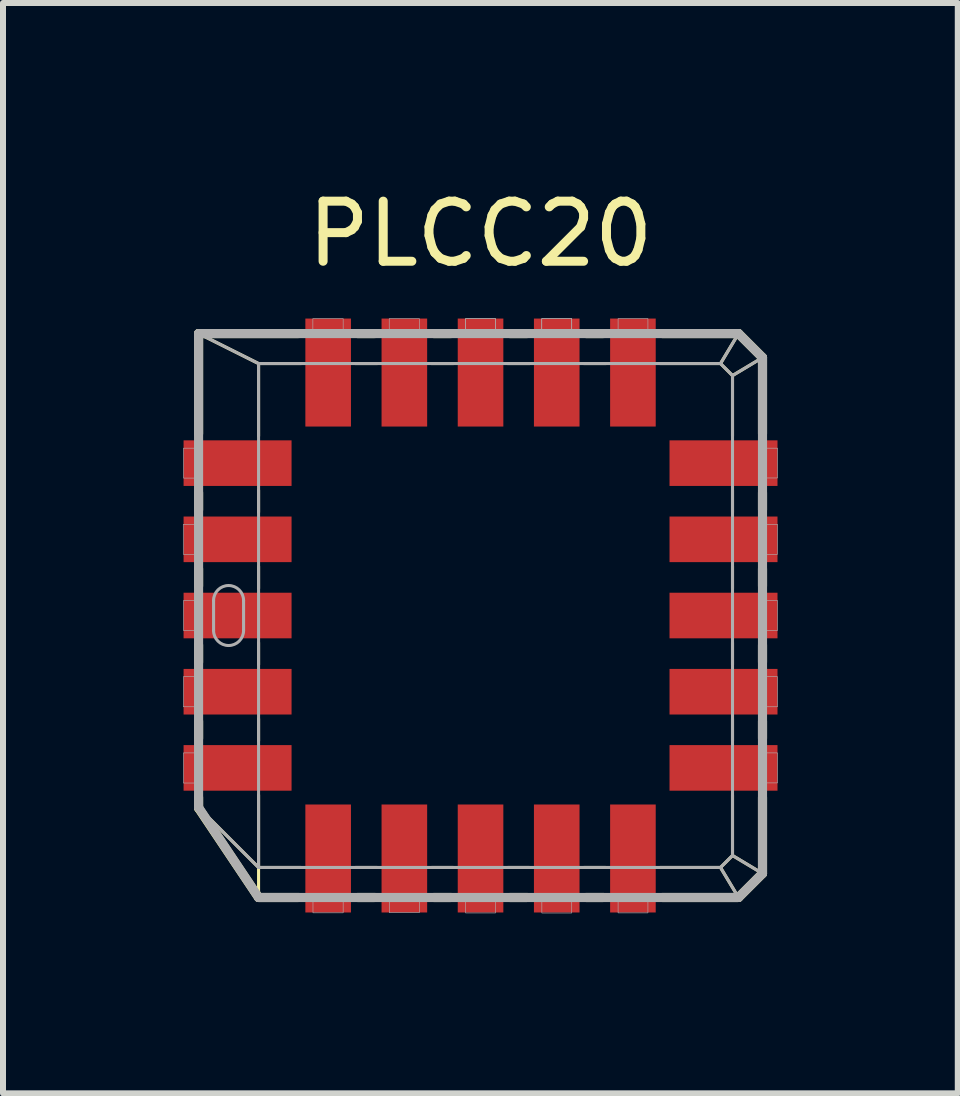
<source format=kicad_pcb>
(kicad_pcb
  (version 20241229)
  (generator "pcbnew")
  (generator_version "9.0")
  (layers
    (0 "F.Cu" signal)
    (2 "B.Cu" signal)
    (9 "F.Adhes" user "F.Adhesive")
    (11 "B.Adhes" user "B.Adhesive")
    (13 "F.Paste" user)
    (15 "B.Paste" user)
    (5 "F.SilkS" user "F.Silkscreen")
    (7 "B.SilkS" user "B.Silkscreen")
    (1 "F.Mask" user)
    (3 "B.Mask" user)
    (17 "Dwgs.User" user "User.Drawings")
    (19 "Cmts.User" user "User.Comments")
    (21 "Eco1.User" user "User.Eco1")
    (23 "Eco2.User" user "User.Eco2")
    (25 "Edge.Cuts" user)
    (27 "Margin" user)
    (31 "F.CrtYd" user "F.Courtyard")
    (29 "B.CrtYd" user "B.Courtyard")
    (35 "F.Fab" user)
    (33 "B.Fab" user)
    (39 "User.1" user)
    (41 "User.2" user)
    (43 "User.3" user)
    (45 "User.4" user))
  (footprint "PLCC20"
    (layer "F.Cu")
    (at 4.96 7.21)
    (property "Reference" "PLCC20" (at 0.000005 -6.361 0) (layer "F.SilkS") (effects (font (size 1.002 1.002) (thickness 0.15))))
    (attr smd)
    (fp_line (start -4.7 -4.7) (end -3.7 -4.2) (stroke (width 0.051) (type solid)) (layer "F.SilkS"))
    (fp_line (start -4.7 -4.7) (end -3.031 -4.7) (stroke (width 0.152) (type solid)) (layer "F.SilkS"))
    (fp_line (start -4.7 -3.031) (end -4.7 -4.7) (stroke (width 0.152) (type solid)) (layer "F.SilkS"))
    (fp_line (start -4.7 -1.761) (end -4.7 -2.049) (stroke (width 0.152) (type solid)) (layer "F.SilkS"))
    (fp_line (start -4.7 -0.491) (end -4.7 -0.779) (stroke (width 0.152) (type solid)) (layer "F.SilkS"))
    (fp_line (start -4.7 0.779) (end -4.7 0.491) (stroke (width 0.152) (type solid)) (layer "F.SilkS"))
    (fp_line (start -4.7 2.049) (end -4.7 1.761) (stroke (width 0.152) (type solid)) (layer "F.SilkS"))
    (fp_line (start -4.7 3.21) (end -4.7 3.031) (stroke (width 0.152) (type solid)) (layer "F.SilkS"))
    (fp_line (start -3.7 -4.2) (end -2.991 -4.2) (stroke (width 0.051) (type solid)) (layer "F.SilkS"))
    (fp_line (start -3.7 -2.991) (end -3.7 -4.2) (stroke (width 0.051) (type solid)) (layer "F.SilkS"))
    (fp_line (start -3.7 -1.721) (end -3.7 -2.089) (stroke (width 0.051) (type solid)) (layer "F.SilkS"))
    (fp_line (start -3.7 -0.451) (end -3.7 -0.819) (stroke (width 0.051) (type solid)) (layer "F.SilkS"))
    (fp_line (start -3.7 0.819) (end -3.7 0.451) (stroke (width 0.051) (type solid)) (layer "F.SilkS"))
    (fp_line (start -3.7 2.089) (end -3.7 1.721) (stroke (width 0.051) (type solid)) (layer "F.SilkS"))
    (fp_line (start -3.7 4.2) (end -4.69 3.21) (stroke (width 0.051) (type solid)) (layer "F.SilkS"))
    (fp_line (start -3.7 4.2) (end -3.7 2.991) (stroke (width 0.051) (type solid)) (layer "F.SilkS"))
    (fp_line (start -3.7 4.2) (end -3.7 4.69) (stroke (width 0.051) (type solid)) (layer "F.SilkS"))
    (fp_line (start -3.7 4.7) (end -4.7 3.21) (stroke (width 0.152) (type solid)) (layer "F.SilkS"))
    (fp_line (start -3.031 4.7) (end -3.7 4.7) (stroke (width 0.152) (type solid)) (layer "F.SilkS"))
    (fp_line (start -2.991 4.2) (end -3.7 4.2) (stroke (width 0.051) (type solid)) (layer "F.SilkS"))
    (fp_line (start -2.089 -4.2) (end -1.721 -4.2) (stroke (width 0.051) (type solid)) (layer "F.SilkS"))
    (fp_line (start -2.049 -4.7) (end -1.761 -4.7) (stroke (width 0.152) (type solid)) (layer "F.SilkS"))
    (fp_line (start -1.761 4.7) (end -2.049 4.7) (stroke (width 0.152) (type solid)) (layer "F.SilkS"))
    (fp_line (start -1.721 4.2) (end -2.089 4.2) (stroke (width 0.051) (type solid)) (layer "F.SilkS"))
    (fp_line (start -0.819 -4.2) (end -0.451 -4.2) (stroke (width 0.051) (type solid)) (layer "F.SilkS"))
    (fp_line (start -0.779 -4.7) (end -0.491 -4.7) (stroke (width 0.152) (type solid)) (layer "F.SilkS"))
    (fp_line (start -0.491 4.7) (end -0.779 4.7) (stroke (width 0.152) (type solid)) (layer "F.SilkS"))
    (fp_line (start -0.451 4.2) (end -0.819 4.2) (stroke (width 0.051) (type solid)) (layer "F.SilkS"))
    (fp_line (start 0.451 -4.2) (end 0.819 -4.2) (stroke (width 0.051) (type solid)) (layer "F.SilkS"))
    (fp_line (start 0.491 -4.7) (end 0.779 -4.7) (stroke (width 0.152) (type solid)) (layer "F.SilkS"))
    (fp_line (start 0.779 4.7) (end 0.491 4.7) (stroke (width 0.152) (type solid)) (layer "F.SilkS"))
    (fp_line (start 0.819 4.2) (end 0.451 4.2) (stroke (width 0.051) (type solid)) (layer "F.SilkS"))
    (fp_line (start 1.721 -4.2) (end 2.089 -4.2) (stroke (width 0.051) (type solid)) (layer "F.SilkS"))
    (fp_line (start 1.761 -4.7) (end 2.049 -4.7) (stroke (width 0.152) (type solid)) (layer "F.SilkS"))
    (fp_line (start 2.049 4.7) (end 1.761 4.7) (stroke (width 0.152) (type solid)) (layer "F.SilkS"))
    (fp_line (start 2.089 4.2) (end 1.721 4.2) (stroke (width 0.051) (type solid)) (layer "F.SilkS"))
    (fp_line (start 2.991 -4.2) (end 4 -4.2) (stroke (width 0.051) (type solid)) (layer "F.SilkS"))
    (fp_line (start 3.031 -4.7) (end 4.3 -4.7) (stroke (width 0.152) (type solid)) (layer "F.SilkS"))
    (fp_line (start 4 -4.2) (end 4.2 -4) (stroke (width 0.051) (type solid)) (layer "F.SilkS"))
    (fp_line (start 4 4.2) (end 2.991 4.2) (stroke (width 0.051) (type solid)) (layer "F.SilkS"))
    (fp_line (start 4 4.2) (end 4.3 4.7) (stroke (width 0.051) (type solid)) (layer "F.SilkS"))
    (fp_line (start 4.2 -4) (end 4.2 -2.991) (stroke (width 0.051) (type solid)) (layer "F.SilkS"))
    (fp_line (start 4.2 -4) (end 4.7 -4.3) (stroke (width 0.051) (type solid)) (layer "F.SilkS"))
    (fp_line (start 4.2 -2.089) (end 4.2 -1.721) (stroke (width 0.051) (type solid)) (layer "F.SilkS"))
    (fp_line (start 4.2 -0.819) (end 4.2 -0.451) (stroke (width 0.051) (type solid)) (layer "F.SilkS"))
    (fp_line (start 4.2 0.451) (end 4.2 0.819) (stroke (width 0.051) (type solid)) (layer "F.SilkS"))
    (fp_line (start 4.2 1.721) (end 4.2 2.089) (stroke (width 0.051) (type solid)) (layer "F.SilkS"))
    (fp_line (start 4.2 2.991) (end 4.2 4) (stroke (width 0.051) (type solid)) (layer "F.SilkS"))
    (fp_line (start 4.2 4) (end 4 4.2) (stroke (width 0.051) (type solid)) (layer "F.SilkS"))
    (fp_line (start 4.2 4) (end 4.7 4.3) (stroke (width 0.051) (type solid)) (layer "F.SilkS"))
    (fp_line (start 4.3 -4.7) (end 4 -4.2) (stroke (width 0.051) (type solid)) (layer "F.SilkS"))
    (fp_line (start 4.3 -4.7) (end 4.7 -4.3) (stroke (width 0.152) (type solid)) (layer "F.SilkS"))
    (fp_line (start 4.3 4.7) (end 3.031 4.7) (stroke (width 0.152) (type solid)) (layer "F.SilkS"))
    (fp_line (start 4.7 -4.3) (end 4.7 -3.031) (stroke (width 0.152) (type solid)) (layer "F.SilkS"))
    (fp_line (start 4.7 -2.049) (end 4.7 -1.761) (stroke (width 0.152) (type solid)) (layer "F.SilkS"))
    (fp_line (start 4.7 -0.779) (end 4.7 -0.491) (stroke (width 0.152) (type solid)) (layer "F.SilkS"))
    (fp_line (start 4.7 0.491) (end 4.7 0.779) (stroke (width 0.152) (type solid)) (layer "F.SilkS"))
    (fp_line (start 4.7 1.761) (end 4.7 2.049) (stroke (width 0.152) (type solid)) (layer "F.SilkS"))
    (fp_line (start 4.7 3.031) (end 4.7 4.3) (stroke (width 0.152) (type solid)) (layer "F.SilkS"))
    (fp_line (start 4.7 4.3) (end 4.3 4.7) (stroke (width 0.152) (type solid)) (layer "F.SilkS"))
    (fp_line (start -4.7 -4.7) (end -3.7 -4.2) (stroke (width 0.051) (type solid)) (layer "F.Fab"))
    (fp_line (start -4.7 -4.7) (end 4.3 -4.7) (stroke (width 0.152) (type solid)) (layer "F.Fab"))
    (fp_line (start -4.7 3.2) (end -4.7 -4.7) (stroke (width 0.152) (type solid)) (layer "F.Fab"))
    (fp_line (start -4.7 3.2) (end -3.7 4.2) (stroke (width 0.051) (type solid)) (layer "F.Fab"))
    (fp_line (start -4.45 -0.25) (end -4.45 0.25) (stroke (width 0.051) (type solid)) (layer "F.Fab"))
    (fp_line (start -3.95 -0.25) (end -3.95 0.25) (stroke (width 0.051) (type solid)) (layer "F.Fab"))
    (fp_line (start -3.7 -4.2) (end 4 -4.2) (stroke (width 0.051) (type solid)) (layer "F.Fab"))
    (fp_line (start -3.7 4.2) (end -3.7 -4.2) (stroke (width 0.051) (type solid)) (layer "F.Fab"))
    (fp_line (start -3.7 4.7) (end -4.7 3.2) (stroke (width 0.152) (type solid)) (layer "F.Fab"))
    (fp_line (start 4 -4.2) (end 4.2 -4) (stroke (width 0.051) (type solid)) (layer "F.Fab"))
    (fp_line (start 4 4.2) (end -3.7 4.2) (stroke (width 0.051) (type solid)) (layer "F.Fab"))
    (fp_line (start 4 4.2) (end 4.3 4.7) (stroke (width 0.051) (type solid)) (layer "F.Fab"))
    (fp_line (start 4.2 -4) (end 4.2 4) (stroke (width 0.051) (type solid)) (layer "F.Fab"))
    (fp_line (start 4.2 -4) (end 4.7 -4.3) (stroke (width 0.051) (type solid)) (layer "F.Fab"))
    (fp_line (start 4.2 4) (end 4 4.2) (stroke (width 0.051) (type solid)) (layer "F.Fab"))
    (fp_line (start 4.2 4) (end 4.7 4.3) (stroke (width 0.051) (type solid)) (layer "F.Fab"))
    (fp_line (start 4.3 -4.7) (end 4 -4.2) (stroke (width 0.051) (type solid)) (layer "F.Fab"))
    (fp_line (start 4.3 -4.7) (end 4.7 -4.3) (stroke (width 0.152) (type solid)) (layer "F.Fab"))
    (fp_line (start 4.3 4.7) (end -3.7 4.7) (stroke (width 0.152) (type solid)) (layer "F.Fab"))
    (fp_line (start 4.7 -4.3) (end 4.7 4.3) (stroke (width 0.152) (type solid)) (layer "F.Fab"))
    (fp_line (start 4.7 4.3) (end 4.3 4.7) (stroke (width 0.152) (type solid)) (layer "F.Fab"))
    (fp_arc (start -4.45 -0.25) (mid -4.2 -0.5) (end -3.95 -0.25) (stroke (width 0.0508) (type solid)) (layer "F.Fab"))
    (fp_arc (start -3.95 0.25) (mid -4.2 0.5) (end -4.45 0.25) (stroke (width 0.0508) (type solid)) (layer "F.Fab"))
    (fp_poly (pts (xy -4.955 -1.52) (xy -4.7 -1.52) (xy -4.7 -1.021) (xy -4.955 -1.021)) (stroke (width 0.01) (type solid)) (fill no) (layer "F.Fab"))
    (fp_poly (pts (xy -4.954 1.02) (xy -4.7 1.02) (xy -4.7 1.521) (xy -4.954 1.521)) (stroke (width 0.01) (type solid)) (fill no) (layer "F.Fab"))
    (fp_poly (pts (xy -4.953 2.29) (xy -4.7 2.29) (xy -4.7 2.792) (xy -4.953 2.792)) (stroke (width 0.01) (type solid)) (fill no) (layer "F.Fab"))
    (fp_poly (pts (xy -4.952 -0.25) (xy -4.7 -0.25) (xy -4.7 0.25) (xy -4.952 0.25)) (stroke (width 0.01) (type solid)) (fill no) (layer "F.Fab"))
    (fp_poly (pts (xy -4.951 -2.79) (xy -4.7 -2.79) (xy -4.7 -2.291) (xy -4.951 -2.291)) (stroke (width 0.01) (type solid)) (fill no) (layer "F.Fab"))
    (fp_poly (pts (xy -2.795 -4.95) (xy -2.29 -4.95) (xy -2.29 -4.708) (xy -2.795 -4.708)) (stroke (width 0.01) (type solid)) (fill no) (layer "F.Fab"))
    (fp_poly (pts (xy -2.793 4.7) (xy -2.29 4.7) (xy -2.29 4.956) (xy -2.793 4.956)) (stroke (width 0.01) (type solid)) (fill no) (layer "F.Fab"))
    (fp_poly (pts (xy -1.522 -4.95) (xy -1.02 -4.95) (xy -1.02 -4.706) (xy -1.522 -4.706)) (stroke (width 0.01) (type solid)) (fill no) (layer "F.Fab"))
    (fp_poly (pts (xy -1.521 4.7) (xy -1.02 4.7) (xy -1.02 4.953) (xy -1.521 4.953)) (stroke (width 0.01) (type solid)) (fill no) (layer "F.Fab"))
    (fp_poly (pts (xy -0.25 4.7) (xy 0.25 4.7) (xy 0.25 4.958) (xy -0.25 4.958)) (stroke (width 0.01) (type solid)) (fill no) (layer "F.Fab"))
    (fp_poly (pts (xy -0.25 -4.95) (xy 0.25 -4.95) (xy 0.25 -4.705) (xy -0.25 -4.705)) (stroke (width 0.01) (type solid)) (fill no) (layer "F.Fab"))
    (fp_poly (pts (xy -0.25 -4.95) (xy 0.25 -4.95) (xy 0.25 -4.704) (xy -0.25 -4.704)) (stroke (width 0.01) (type solid)) (fill no) (layer "F.Fab"))
    (fp_poly (pts (xy 1.02 -4.95) (xy 1.52 -4.95) (xy 1.52 -4.701) (xy 1.02 -4.701)) (stroke (width 0.01) (type solid)) (fill no) (layer "F.Fab"))
    (fp_poly (pts (xy 1.021 -4.95) (xy 1.52 -4.95) (xy 1.52 -4.704) (xy 1.021 -4.704)) (stroke (width 0.01) (type solid)) (fill no) (layer "F.Fab"))
    (fp_poly (pts (xy 1.022 4.7) (xy 1.52 4.7) (xy 1.52 4.959) (xy 1.022 4.959)) (stroke (width 0.01) (type solid)) (fill no) (layer "F.Fab"))
    (fp_poly (pts (xy 2.293 4.7) (xy 2.79 4.7) (xy 2.79 4.957) (xy 2.293 4.957)) (stroke (width 0.01) (type solid)) (fill no) (layer "F.Fab"))
    (fp_poly (pts (xy 2.293 -4.95) (xy 2.79 -4.95) (xy 2.79 -4.707) (xy 2.293 -4.707)) (stroke (width 0.01) (type solid)) (fill no) (layer "F.Fab"))
    (fp_poly (pts (xy 4.7 2.29) (xy 4.95 2.29) (xy 4.95 2.79) (xy 4.7 2.79)) (stroke (width 0.01) (type solid)) (fill no) (layer "F.Fab"))
    (fp_poly (pts (xy 4.703 -1.52) (xy 4.95 -1.52) (xy 4.95 -1.021) (xy 4.703 -1.021)) (stroke (width 0.01) (type solid)) (fill no) (layer "F.Fab"))
    (fp_poly (pts (xy 4.704 1.02) (xy 4.95 1.02) (xy 4.95 1.521) (xy 4.704 1.521)) (stroke (width 0.01) (type solid)) (fill no) (layer "F.Fab"))
    (fp_poly (pts (xy 4.705 -0.25) (xy 4.95 -0.25) (xy 4.95 0.25) (xy 4.705 0.25)) (stroke (width 0.01) (type solid)) (fill no) (layer "F.Fab"))
    (fp_poly (pts (xy 4.707 -2.79) (xy 4.95 -2.79) (xy 4.95 -2.293) (xy 4.707 -2.293)) (stroke (width 0.01) (type solid)) (fill no) (layer "F.Fab"))
    (pad "1" smd rect (at -4.05 0) (size 1.8 0.76) (layers "F.Cu" "F.Mask" "F.Paste"))
    (pad "2" smd rect (at -4.05 1.27) (size 1.8 0.76) (layers "F.Cu" "F.Mask" "F.Paste"))
    (pad "3" smd rect (at -4.05 2.54) (size 1.8 0.76) (layers "F.Cu" "F.Mask" "F.Paste"))
    (pad "4" smd rect (at -2.54 4.05) (size 0.76 1.8) (layers "F.Cu" "F.Mask" "F.Paste"))
    (pad "5" smd rect (at -1.27 4.05) (size 0.76 1.8) (layers "F.Cu" "F.Mask" "F.Paste"))
    (pad "6" smd rect (at 0 4.05) (size 0.76 1.8) (layers "F.Cu" "F.Mask" "F.Paste"))
    (pad "7" smd rect (at 1.27 4.05) (size 0.76 1.8) (layers "F.Cu" "F.Mask" "F.Paste"))
    (pad "8" smd rect (at 2.54 4.05) (size 0.76 1.8) (layers "F.Cu" "F.Mask" "F.Paste"))
    (pad "9" smd rect (at 4.05 2.54) (size 1.8 0.76) (layers "F.Cu" "F.Mask" "F.Paste"))
    (pad "10" smd rect (at 4.05 1.27) (size 1.8 0.76) (layers "F.Cu" "F.Mask" "F.Paste"))
    (pad "11" smd rect (at 4.05 0) (size 1.8 0.76) (layers "F.Cu" "F.Mask" "F.Paste"))
    (pad "12" smd rect (at 4.05 -1.27) (size 1.8 0.76) (layers "F.Cu" "F.Mask" "F.Paste"))
    (pad "13" smd rect (at 4.05 -2.54) (size 1.8 0.76) (layers "F.Cu" "F.Mask" "F.Paste"))
    (pad "14" smd rect (at 2.54 -4.05) (size 0.76 1.8) (layers "F.Cu" "F.Mask" "F.Paste"))
    (pad "15" smd rect (at 1.27 -4.05) (size 0.76 1.8) (layers "F.Cu" "F.Mask" "F.Paste"))
    (pad "16" smd rect (at 0 -4.05) (size 0.76 1.8) (layers "F.Cu" "F.Mask" "F.Paste"))
    (pad "17" smd rect (at -1.27 -4.05) (size 0.76 1.8) (layers "F.Cu" "F.Mask" "F.Paste"))
    (pad "18" smd rect (at -2.54 -4.05) (size 0.76 1.8) (layers "F.Cu" "F.Mask" "F.Paste"))
    (pad "19" smd rect (at -4.05 -2.54) (size 1.8 0.76) (layers "F.Cu" "F.Mask" "F.Paste"))
    (pad "20" smd rect (at -4.05 -1.27) (size 1.8 0.76) (layers "F.Cu" "F.Mask" "F.Paste")))
  (gr_rect
    (start -3 -3)
    (end 12.915 15.174)
    (stroke (width 0.1) (type default))
    (fill no)
    (layer "Edge.Cuts")))
</source>
